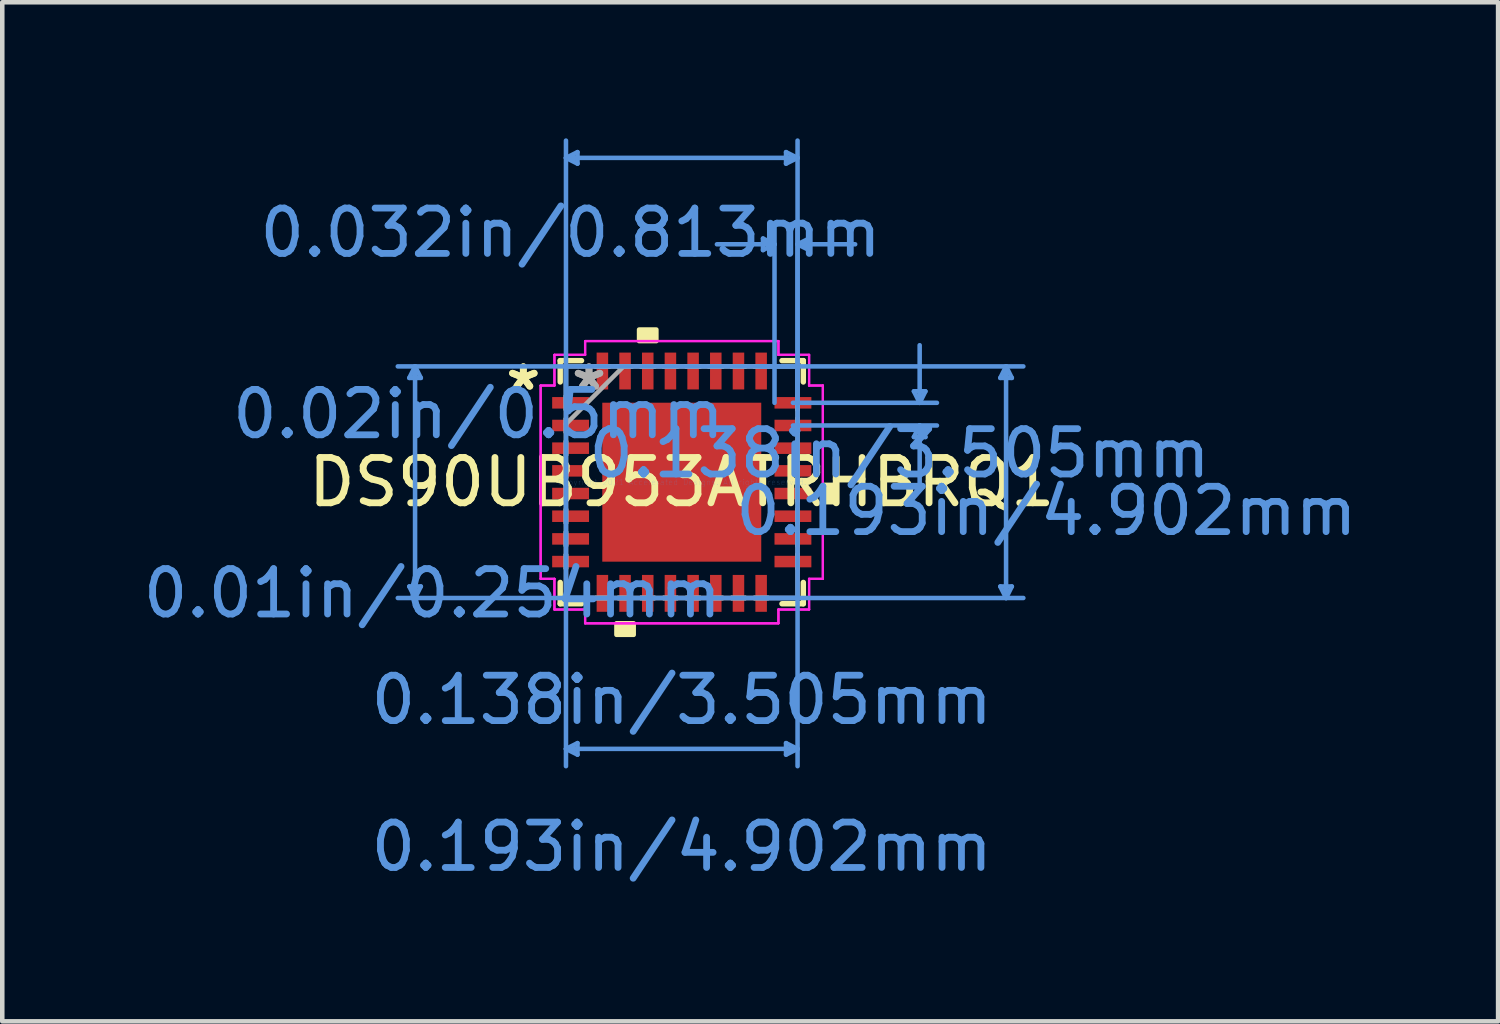
<source format=kicad_pcb>
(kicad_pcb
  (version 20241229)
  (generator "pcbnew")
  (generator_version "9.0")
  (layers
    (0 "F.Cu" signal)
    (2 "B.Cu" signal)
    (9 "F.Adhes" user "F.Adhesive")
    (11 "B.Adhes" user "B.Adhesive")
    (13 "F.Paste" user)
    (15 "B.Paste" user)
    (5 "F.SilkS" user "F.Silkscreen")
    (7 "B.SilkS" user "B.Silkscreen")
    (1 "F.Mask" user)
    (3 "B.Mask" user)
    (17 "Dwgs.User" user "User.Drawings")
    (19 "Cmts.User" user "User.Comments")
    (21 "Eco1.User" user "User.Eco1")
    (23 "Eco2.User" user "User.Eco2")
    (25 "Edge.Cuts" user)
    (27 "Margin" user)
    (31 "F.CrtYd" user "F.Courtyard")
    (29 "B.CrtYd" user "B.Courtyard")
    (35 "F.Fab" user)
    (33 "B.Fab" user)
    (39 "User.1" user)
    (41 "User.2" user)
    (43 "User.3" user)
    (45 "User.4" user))
  (footprint "DS90UB953ATRHBRQ1"
    (layer "F.Cu")
    (at 11.981 7.581)
    (property "Reference" "DS90UB953ATRHBRQ1" (at 0 0 0) (layer "F.SilkS") (effects (font (size 1 1) (thickness 0.15))))
    (attr through_hole)
    (fp_line (start -2.68 -2.68) (end -2.68 -2.21) (stroke (width 0.12) (type solid)) (layer "F.SilkS"))
    (fp_line (start -2.68 2.21) (end -2.68 2.68) (stroke (width 0.12) (type solid)) (layer "F.SilkS"))
    (fp_line (start -2.68 2.68) (end -2.21 2.68) (stroke (width 0.12) (type solid)) (layer "F.SilkS"))
    (fp_line (start -2.21 -2.68) (end -2.68 -2.68) (stroke (width 0.12) (type solid)) (layer "F.SilkS"))
    (fp_line (start 2.21 2.68) (end 2.68 2.68) (stroke (width 0.12) (type solid)) (layer "F.SilkS"))
    (fp_line (start 2.68 -2.68) (end 2.21 -2.68) (stroke (width 0.12) (type solid)) (layer "F.SilkS"))
    (fp_line (start 2.68 -2.21) (end 2.68 -2.68) (stroke (width 0.12) (type solid)) (layer "F.SilkS"))
    (fp_line (start 2.68 2.68) (end 2.68 2.21) (stroke (width 0.12) (type solid)) (layer "F.SilkS"))
    (fp_poly (pts (xy -1.44 3.111) (xy -1.44 3.365) (xy -1.06 3.365) (xy -1.06 3.111)) (stroke (width 0.1) (type solid)) (fill yes) (layer "F.SilkS"))
    (fp_poly (pts (xy -0.941 -3.111) (xy -0.941 -3.365) (xy -0.56 -3.365) (xy -0.56 -3.111)) (stroke (width 0.1) (type solid)) (fill yes) (layer "F.SilkS"))
    (fp_poly (pts (xy 3.365 0.059) (xy 3.365 0.441) (xy 3.111 0.441) (xy 3.111 0.059)) (stroke (width 0.1) (type solid)) (fill yes) (layer "F.SilkS"))
    (fp_poly (pts (xy -1.653 -1.653) (xy -1.653 -0.1) (xy -0.1 -0.1) (xy -0.1 -1.653)) (stroke (width 0.1) (type solid)) (fill yes) (layer "F.Paste"))
    (fp_poly (pts (xy -1.653 0.1) (xy -1.653 1.653) (xy -0.1 1.653) (xy -0.1 0.1)) (stroke (width 0.1) (type solid)) (fill yes) (layer "F.Paste"))
    (fp_poly (pts (xy 0.1 -1.653) (xy 0.1 -0.1) (xy 1.653 -0.1) (xy 1.653 -1.653)) (stroke (width 0.1) (type solid)) (fill yes) (layer "F.Paste"))
    (fp_poly (pts (xy 0.1 0.1) (xy 0.1 1.653) (xy 1.653 1.653) (xy 1.653 0.1)) (stroke (width 0.1) (type solid)) (fill yes) (layer "F.Paste"))
    (fp_line (start -6.007 -2.299) (end -5.753 -2.299) (stroke (width 0.1) (type solid)) (layer "Cmts.User"))
    (fp_line (start -6.007 2.299) (end -5.753 2.299) (stroke (width 0.1) (type solid)) (layer "Cmts.User"))
    (fp_line (start -5.88 -2.553) (end -6.007 -2.299) (stroke (width 0.1) (type solid)) (layer "Cmts.User"))
    (fp_line (start -5.88 -2.553) (end -5.88 2.553) (stroke (width 0.1) (type solid)) (layer "Cmts.User"))
    (fp_line (start -5.88 -2.553) (end -5.753 -2.299) (stroke (width 0.1) (type solid)) (layer "Cmts.User"))
    (fp_line (start -5.88 2.553) (end -6.007 2.299) (stroke (width 0.1) (type solid)) (layer "Cmts.User"))
    (fp_line (start -5.88 2.553) (end -5.753 2.299) (stroke (width 0.1) (type solid)) (layer "Cmts.User"))
    (fp_line (start -2.553 -7.15) (end -2.299 -7.277) (stroke (width 0.1) (type solid)) (layer "Cmts.User"))
    (fp_line (start -2.553 -7.15) (end -2.299 -7.023) (stroke (width 0.1) (type solid)) (layer "Cmts.User"))
    (fp_line (start -2.553 -7.15) (end 2.553 -7.15) (stroke (width 0.1) (type solid)) (layer "Cmts.User"))
    (fp_line (start -2.553 -2.553) (end -2.553 6.261) (stroke (width 0.1) (type solid)) (layer "Cmts.User"))
    (fp_line (start -2.553 -1.75) (end -2.553 -7.531) (stroke (width 0.1) (type solid)) (layer "Cmts.User"))
    (fp_line (start -2.553 5.88) (end -2.299 5.753) (stroke (width 0.1) (type solid)) (layer "Cmts.User"))
    (fp_line (start -2.553 5.88) (end -2.299 6.007) (stroke (width 0.1) (type solid)) (layer "Cmts.User"))
    (fp_line (start -2.553 5.88) (end 2.553 5.88) (stroke (width 0.1) (type solid)) (layer "Cmts.User"))
    (fp_line (start -2.299 -7.277) (end -2.299 -7.023) (stroke (width 0.1) (type solid)) (layer "Cmts.User"))
    (fp_line (start -2.299 5.753) (end -2.299 6.007) (stroke (width 0.1) (type solid)) (layer "Cmts.User"))
    (fp_line (start 1.75 -2.553) (end 7.531 -2.553) (stroke (width 0.1) (type solid)) (layer "Cmts.User"))
    (fp_line (start 1.75 2.553) (end 7.531 2.553) (stroke (width 0.1) (type solid)) (layer "Cmts.User"))
    (fp_line (start 1.791 -5.372) (end 1.791 -5.118) (stroke (width 0.1) (type solid)) (layer "Cmts.User"))
    (fp_line (start 2.045 -5.245) (end 0.775 -5.245) (stroke (width 0.1) (type solid)) (layer "Cmts.User"))
    (fp_line (start 2.045 -5.245) (end 1.791 -5.372) (stroke (width 0.1) (type solid)) (layer "Cmts.User"))
    (fp_line (start 2.045 -5.245) (end 1.791 -5.118) (stroke (width 0.1) (type solid)) (layer "Cmts.User"))
    (fp_line (start 2.045 -1.75) (end 2.045 -5.626) (stroke (width 0.1) (type solid)) (layer "Cmts.User"))
    (fp_line (start 2.299 -7.277) (end 2.299 -7.023) (stroke (width 0.1) (type solid)) (layer "Cmts.User"))
    (fp_line (start 2.299 5.753) (end 2.299 6.007) (stroke (width 0.1) (type solid)) (layer "Cmts.User"))
    (fp_line (start 2.451 -1.75) (end 5.626 -1.75) (stroke (width 0.1) (type solid)) (layer "Cmts.User"))
    (fp_line (start 2.451 -1.25) (end 5.626 -1.25) (stroke (width 0.1) (type solid)) (layer "Cmts.User"))
    (fp_line (start 2.553 -7.15) (end 2.299 -7.277) (stroke (width 0.1) (type solid)) (layer "Cmts.User"))
    (fp_line (start 2.553 -7.15) (end 2.299 -7.023) (stroke (width 0.1) (type solid)) (layer "Cmts.User"))
    (fp_line (start 2.553 -5.245) (end 2.807 -5.372) (stroke (width 0.1) (type solid)) (layer "Cmts.User"))
    (fp_line (start 2.553 -5.245) (end 2.807 -5.118) (stroke (width 0.1) (type solid)) (layer "Cmts.User"))
    (fp_line (start 2.553 -5.245) (end 3.823 -5.245) (stroke (width 0.1) (type solid)) (layer "Cmts.User"))
    (fp_line (start 2.553 -2.553) (end -6.261 -2.553) (stroke (width 0.1) (type solid)) (layer "Cmts.User"))
    (fp_line (start 2.553 -2.553) (end 2.553 6.261) (stroke (width 0.1) (type solid)) (layer "Cmts.User"))
    (fp_line (start 2.553 -1.75) (end 2.553 -7.531) (stroke (width 0.1) (type solid)) (layer "Cmts.User"))
    (fp_line (start 2.553 -1.75) (end 2.553 -5.626) (stroke (width 0.1) (type solid)) (layer "Cmts.User"))
    (fp_line (start 2.553 2.553) (end -6.261 2.553) (stroke (width 0.1) (type solid)) (layer "Cmts.User"))
    (fp_line (start 2.553 5.88) (end 2.299 5.753) (stroke (width 0.1) (type solid)) (layer "Cmts.User"))
    (fp_line (start 2.553 5.88) (end 2.299 6.007) (stroke (width 0.1) (type solid)) (layer "Cmts.User"))
    (fp_line (start 2.807 -5.372) (end 2.807 -5.118) (stroke (width 0.1) (type solid)) (layer "Cmts.User"))
    (fp_line (start 5.118 -2.004) (end 5.372 -2.004) (stroke (width 0.1) (type solid)) (layer "Cmts.User"))
    (fp_line (start 5.118 -0.996) (end 5.372 -0.996) (stroke (width 0.1) (type solid)) (layer "Cmts.User"))
    (fp_line (start 5.245 -1.75) (end 5.118 -2.004) (stroke (width 0.1) (type solid)) (layer "Cmts.User"))
    (fp_line (start 5.245 -1.75) (end 5.245 -3.02) (stroke (width 0.1) (type solid)) (layer "Cmts.User"))
    (fp_line (start 5.245 -1.75) (end 5.372 -2.004) (stroke (width 0.1) (type solid)) (layer "Cmts.User"))
    (fp_line (start 5.245 -1.25) (end 5.118 -0.996) (stroke (width 0.1) (type solid)) (layer "Cmts.User"))
    (fp_line (start 5.245 -1.25) (end 5.245 0.02) (stroke (width 0.1) (type solid)) (layer "Cmts.User"))
    (fp_line (start 5.245 -1.25) (end 5.372 -0.996) (stroke (width 0.1) (type solid)) (layer "Cmts.User"))
    (fp_line (start 7.023 -2.299) (end 7.277 -2.299) (stroke (width 0.1) (type solid)) (layer "Cmts.User"))
    (fp_line (start 7.023 2.299) (end 7.277 2.299) (stroke (width 0.1) (type solid)) (layer "Cmts.User"))
    (fp_line (start 7.15 -2.553) (end 7.023 -2.299) (stroke (width 0.1) (type solid)) (layer "Cmts.User"))
    (fp_line (start 7.15 -2.553) (end 7.15 2.553) (stroke (width 0.1) (type solid)) (layer "Cmts.User"))
    (fp_line (start 7.15 -2.553) (end 7.277 -2.299) (stroke (width 0.1) (type solid)) (layer "Cmts.User"))
    (fp_line (start 7.15 2.553) (end 7.023 2.299) (stroke (width 0.1) (type solid)) (layer "Cmts.User"))
    (fp_line (start 7.15 2.553) (end 7.277 2.299) (stroke (width 0.1) (type solid)) (layer "Cmts.User"))
    (fp_line (start -3.111 -2.131) (end -2.807 -2.131) (stroke (width 0.05) (type solid)) (layer "F.CrtYd"))
    (fp_line (start -3.111 -2.131) (end -2.807 -2.131) (stroke (width 0.05) (type solid)) (layer "F.CrtYd"))
    (fp_line (start -3.111 2.131) (end -3.111 -2.131) (stroke (width 0.05) (type solid)) (layer "F.CrtYd"))
    (fp_line (start -3.111 2.131) (end -3.111 -2.131) (stroke (width 0.05) (type solid)) (layer "F.CrtYd"))
    (fp_line (start -2.807 -2.807) (end -2.131 -2.807) (stroke (width 0.05) (type solid)) (layer "F.CrtYd"))
    (fp_line (start -2.807 -2.807) (end -2.131 -2.807) (stroke (width 0.05) (type solid)) (layer "F.CrtYd"))
    (fp_line (start -2.807 -2.131) (end -2.807 -2.807) (stroke (width 0.05) (type solid)) (layer "F.CrtYd"))
    (fp_line (start -2.807 -2.131) (end -2.807 -2.807) (stroke (width 0.05) (type solid)) (layer "F.CrtYd"))
    (fp_line (start -2.807 2.131) (end -3.111 2.131) (stroke (width 0.05) (type solid)) (layer "F.CrtYd"))
    (fp_line (start -2.807 2.131) (end -3.111 2.131) (stroke (width 0.05) (type solid)) (layer "F.CrtYd"))
    (fp_line (start -2.807 2.807) (end -2.807 2.131) (stroke (width 0.05) (type solid)) (layer "F.CrtYd"))
    (fp_line (start -2.807 2.807) (end -2.807 2.131) (stroke (width 0.05) (type solid)) (layer "F.CrtYd"))
    (fp_line (start -2.131 -3.111) (end 2.131 -3.111) (stroke (width 0.05) (type solid)) (layer "F.CrtYd"))
    (fp_line (start -2.131 -3.111) (end 2.131 -3.111) (stroke (width 0.05) (type solid)) (layer "F.CrtYd"))
    (fp_line (start -2.131 -2.807) (end -2.131 -3.111) (stroke (width 0.05) (type solid)) (layer "F.CrtYd"))
    (fp_line (start -2.131 -2.807) (end -2.131 -3.111) (stroke (width 0.05) (type solid)) (layer "F.CrtYd"))
    (fp_line (start -2.131 2.807) (end -2.807 2.807) (stroke (width 0.05) (type solid)) (layer "F.CrtYd"))
    (fp_line (start -2.131 2.807) (end -2.807 2.807) (stroke (width 0.05) (type solid)) (layer "F.CrtYd"))
    (fp_line (start -2.131 3.111) (end -2.131 2.807) (stroke (width 0.05) (type solid)) (layer "F.CrtYd"))
    (fp_line (start -2.131 3.111) (end -2.131 2.807) (stroke (width 0.05) (type solid)) (layer "F.CrtYd"))
    (fp_line (start 2.131 -3.111) (end 2.131 -2.807) (stroke (width 0.05) (type solid)) (layer "F.CrtYd"))
    (fp_line (start 2.131 -3.111) (end 2.131 -2.807) (stroke (width 0.05) (type solid)) (layer "F.CrtYd"))
    (fp_line (start 2.131 -2.807) (end 2.807 -2.807) (stroke (width 0.05) (type solid)) (layer "F.CrtYd"))
    (fp_line (start 2.131 -2.807) (end 2.807 -2.807) (stroke (width 0.05) (type solid)) (layer "F.CrtYd"))
    (fp_line (start 2.131 2.807) (end 2.131 3.111) (stroke (width 0.05) (type solid)) (layer "F.CrtYd"))
    (fp_line (start 2.131 2.807) (end 2.131 3.111) (stroke (width 0.05) (type solid)) (layer "F.CrtYd"))
    (fp_line (start 2.131 3.111) (end -2.131 3.111) (stroke (width 0.05) (type solid)) (layer "F.CrtYd"))
    (fp_line (start 2.131 3.111) (end -2.131 3.111) (stroke (width 0.05) (type solid)) (layer "F.CrtYd"))
    (fp_line (start 2.807 -2.807) (end 2.807 -2.131) (stroke (width 0.05) (type solid)) (layer "F.CrtYd"))
    (fp_line (start 2.807 -2.807) (end 2.807 -2.131) (stroke (width 0.05) (type solid)) (layer "F.CrtYd"))
    (fp_line (start 2.807 -2.131) (end 3.111 -2.131) (stroke (width 0.05) (type solid)) (layer "F.CrtYd"))
    (fp_line (start 2.807 -2.131) (end 3.111 -2.131) (stroke (width 0.05) (type solid)) (layer "F.CrtYd"))
    (fp_line (start 2.807 2.131) (end 2.807 2.807) (stroke (width 0.05) (type solid)) (layer "F.CrtYd"))
    (fp_line (start 2.807 2.131) (end 2.807 2.807) (stroke (width 0.05) (type solid)) (layer "F.CrtYd"))
    (fp_line (start 2.807 2.807) (end 2.131 2.807) (stroke (width 0.05) (type solid)) (layer "F.CrtYd"))
    (fp_line (start 2.807 2.807) (end 2.131 2.807) (stroke (width 0.05) (type solid)) (layer "F.CrtYd"))
    (fp_line (start 3.111 -2.131) (end 3.111 2.131) (stroke (width 0.05) (type solid)) (layer "F.CrtYd"))
    (fp_line (start 3.111 -2.131) (end 3.111 2.131) (stroke (width 0.05) (type solid)) (layer "F.CrtYd"))
    (fp_line (start 3.111 2.131) (end 2.807 2.131) (stroke (width 0.05) (type solid)) (layer "F.CrtYd"))
    (fp_line (start 3.111 2.131) (end 2.807 2.131) (stroke (width 0.05) (type solid)) (layer "F.CrtYd"))
    (fp_line (start -2.553 -2.553) (end -2.553 -2.553) (stroke (width 0.1) (type solid)) (layer "F.Fab"))
    (fp_line (start -2.553 -2.553) (end -2.553 2.553) (stroke (width 0.1) (type solid)) (layer "F.Fab"))
    (fp_line (start -2.553 -1.902) (end -2.553 -1.902) (stroke (width 0.1) (type solid)) (layer "F.Fab"))
    (fp_line (start -2.553 -1.902) (end -2.553 -1.598) (stroke (width 0.1) (type solid)) (layer "F.Fab"))
    (fp_line (start -2.553 -1.598) (end -2.553 -1.902) (stroke (width 0.1) (type solid)) (layer "F.Fab"))
    (fp_line (start -2.553 -1.598) (end -2.553 -1.598) (stroke (width 0.1) (type solid)) (layer "F.Fab"))
    (fp_line (start -2.553 -1.402) (end -2.553 -1.402) (stroke (width 0.1) (type solid)) (layer "F.Fab"))
    (fp_line (start -2.553 -1.402) (end -2.553 -1.098) (stroke (width 0.1) (type solid)) (layer "F.Fab"))
    (fp_line (start -2.553 -1.283) (end -1.283 -2.553) (stroke (width 0.1) (type solid)) (layer "F.Fab"))
    (fp_line (start -2.553 -1.098) (end -2.553 -1.402) (stroke (width 0.1) (type solid)) (layer "F.Fab"))
    (fp_line (start -2.553 -1.098) (end -2.553 -1.098) (stroke (width 0.1) (type solid)) (layer "F.Fab"))
    (fp_line (start -2.553 -0.902) (end -2.553 -0.902) (stroke (width 0.1) (type solid)) (layer "F.Fab"))
    (fp_line (start -2.553 -0.902) (end -2.553 -0.598) (stroke (width 0.1) (type solid)) (layer "F.Fab"))
    (fp_line (start -2.553 -0.598) (end -2.553 -0.902) (stroke (width 0.1) (type solid)) (layer "F.Fab"))
    (fp_line (start -2.553 -0.598) (end -2.553 -0.598) (stroke (width 0.1) (type solid)) (layer "F.Fab"))
    (fp_line (start -2.553 -0.402) (end -2.553 -0.402) (stroke (width 0.1) (type solid)) (layer "F.Fab"))
    (fp_line (start -2.553 -0.402) (end -2.553 -0.098) (stroke (width 0.1) (type solid)) (layer "F.Fab"))
    (fp_line (start -2.553 -0.098) (end -2.553 -0.402) (stroke (width 0.1) (type solid)) (layer "F.Fab"))
    (fp_line (start -2.553 -0.098) (end -2.553 -0.098) (stroke (width 0.1) (type solid)) (layer "F.Fab"))
    (fp_line (start -2.553 0.098) (end -2.553 0.098) (stroke (width 0.1) (type solid)) (layer "F.Fab"))
    (fp_line (start -2.553 0.098) (end -2.553 0.402) (stroke (width 0.1) (type solid)) (layer "F.Fab"))
    (fp_line (start -2.553 0.402) (end -2.553 0.098) (stroke (width 0.1) (type solid)) (layer "F.Fab"))
    (fp_line (start -2.553 0.402) (end -2.553 0.402) (stroke (width 0.1) (type solid)) (layer "F.Fab"))
    (fp_line (start -2.553 0.598) (end -2.553 0.598) (stroke (width 0.1) (type solid)) (layer "F.Fab"))
    (fp_line (start -2.553 0.598) (end -2.553 0.902) (stroke (width 0.1) (type solid)) (layer "F.Fab"))
    (fp_line (start -2.553 0.902) (end -2.553 0.598) (stroke (width 0.1) (type solid)) (layer "F.Fab"))
    (fp_line (start -2.553 0.902) (end -2.553 0.902) (stroke (width 0.1) (type solid)) (layer "F.Fab"))
    (fp_line (start -2.553 1.098) (end -2.553 1.098) (stroke (width 0.1) (type solid)) (layer "F.Fab"))
    (fp_line (start -2.553 1.098) (end -2.553 1.402) (stroke (width 0.1) (type solid)) (layer "F.Fab"))
    (fp_line (start -2.553 1.402) (end -2.553 1.098) (stroke (width 0.1) (type solid)) (layer "F.Fab"))
    (fp_line (start -2.553 1.402) (end -2.553 1.402) (stroke (width 0.1) (type solid)) (layer "F.Fab"))
    (fp_line (start -2.553 1.598) (end -2.553 1.598) (stroke (width 0.1) (type solid)) (layer "F.Fab"))
    (fp_line (start -2.553 1.598) (end -2.553 1.902) (stroke (width 0.1) (type solid)) (layer "F.Fab"))
    (fp_line (start -2.553 1.902) (end -2.553 1.598) (stroke (width 0.1) (type solid)) (layer "F.Fab"))
    (fp_line (start -2.553 1.902) (end -2.553 1.902) (stroke (width 0.1) (type solid)) (layer "F.Fab"))
    (fp_line (start -2.553 2.553) (end -2.553 2.553) (stroke (width 0.1) (type solid)) (layer "F.Fab"))
    (fp_line (start -2.553 2.553) (end 2.553 2.553) (stroke (width 0.1) (type solid)) (layer "F.Fab"))
    (fp_line (start -1.902 -2.553) (end -1.902 -2.553) (stroke (width 0.1) (type solid)) (layer "F.Fab"))
    (fp_line (start -1.902 -2.553) (end -1.598 -2.553) (stroke (width 0.1) (type solid)) (layer "F.Fab"))
    (fp_line (start -1.902 2.553) (end -1.902 2.553) (stroke (width 0.1) (type solid)) (layer "F.Fab"))
    (fp_line (start -1.902 2.553) (end -1.598 2.553) (stroke (width 0.1) (type solid)) (layer "F.Fab"))
    (fp_line (start -1.598 -2.553) (end -1.902 -2.553) (stroke (width 0.1) (type solid)) (layer "F.Fab"))
    (fp_line (start -1.598 -2.553) (end -1.598 -2.553) (stroke (width 0.1) (type solid)) (layer "F.Fab"))
    (fp_line (start -1.598 2.553) (end -1.902 2.553) (stroke (width 0.1) (type solid)) (layer "F.Fab"))
    (fp_line (start -1.598 2.553) (end -1.598 2.553) (stroke (width 0.1) (type solid)) (layer "F.Fab"))
    (fp_line (start -1.402 -2.553) (end -1.402 -2.553) (stroke (width 0.1) (type solid)) (layer "F.Fab"))
    (fp_line (start -1.402 -2.553) (end -1.098 -2.553) (stroke (width 0.1) (type solid)) (layer "F.Fab"))
    (fp_line (start -1.402 2.553) (end -1.402 2.553) (stroke (width 0.1) (type solid)) (layer "F.Fab"))
    (fp_line (start -1.402 2.553) (end -1.098 2.553) (stroke (width 0.1) (type solid)) (layer "F.Fab"))
    (fp_line (start -1.098 -2.553) (end -1.402 -2.553) (stroke (width 0.1) (type solid)) (layer "F.Fab"))
    (fp_line (start -1.098 -2.553) (end -1.098 -2.553) (stroke (width 0.1) (type solid)) (layer "F.Fab"))
    (fp_line (start -1.098 2.553) (end -1.402 2.553) (stroke (width 0.1) (type solid)) (layer "F.Fab"))
    (fp_line (start -1.098 2.553) (end -1.098 2.553) (stroke (width 0.1) (type solid)) (layer "F.Fab"))
    (fp_line (start -0.902 -2.553) (end -0.902 -2.553) (stroke (width 0.1) (type solid)) (layer "F.Fab"))
    (fp_line (start -0.902 -2.553) (end -0.598 -2.553) (stroke (width 0.1) (type solid)) (layer "F.Fab"))
    (fp_line (start -0.902 2.553) (end -0.902 2.553) (stroke (width 0.1) (type solid)) (layer "F.Fab"))
    (fp_line (start -0.902 2.553) (end -0.598 2.553) (stroke (width 0.1) (type solid)) (layer "F.Fab"))
    (fp_line (start -0.598 -2.553) (end -0.902 -2.553) (stroke (width 0.1) (type solid)) (layer "F.Fab"))
    (fp_line (start -0.598 -2.553) (end -0.598 -2.553) (stroke (width 0.1) (type solid)) (layer "F.Fab"))
    (fp_line (start -0.598 2.553) (end -0.902 2.553) (stroke (width 0.1) (type solid)) (layer "F.Fab"))
    (fp_line (start -0.598 2.553) (end -0.598 2.553) (stroke (width 0.1) (type solid)) (layer "F.Fab"))
    (fp_line (start -0.402 -2.553) (end -0.402 -2.553) (stroke (width 0.1) (type solid)) (layer "F.Fab"))
    (fp_line (start -0.402 -2.553) (end -0.098 -2.553) (stroke (width 0.1) (type solid)) (layer "F.Fab"))
    (fp_line (start -0.402 2.553) (end -0.402 2.553) (stroke (width 0.1) (type solid)) (layer "F.Fab"))
    (fp_line (start -0.402 2.553) (end -0.098 2.553) (stroke (width 0.1) (type solid)) (layer "F.Fab"))
    (fp_line (start -0.098 -2.553) (end -0.402 -2.553) (stroke (width 0.1) (type solid)) (layer "F.Fab"))
    (fp_line (start -0.098 -2.553) (end -0.098 -2.553) (stroke (width 0.1) (type solid)) (layer "F.Fab"))
    (fp_line (start -0.098 2.553) (end -0.402 2.553) (stroke (width 0.1) (type solid)) (layer "F.Fab"))
    (fp_line (start -0.098 2.553) (end -0.098 2.553) (stroke (width 0.1) (type solid)) (layer "F.Fab"))
    (fp_line (start 0.098 -2.553) (end 0.098 -2.553) (stroke (width 0.1) (type solid)) (layer "F.Fab"))
    (fp_line (start 0.098 -2.553) (end 0.402 -2.553) (stroke (width 0.1) (type solid)) (layer "F.Fab"))
    (fp_line (start 0.098 2.553) (end 0.098 2.553) (stroke (width 0.1) (type solid)) (layer "F.Fab"))
    (fp_line (start 0.098 2.553) (end 0.402 2.553) (stroke (width 0.1) (type solid)) (layer "F.Fab"))
    (fp_line (start 0.402 -2.553) (end 0.098 -2.553) (stroke (width 0.1) (type solid)) (layer "F.Fab"))
    (fp_line (start 0.402 -2.553) (end 0.402 -2.553) (stroke (width 0.1) (type solid)) (layer "F.Fab"))
    (fp_line (start 0.402 2.553) (end 0.098 2.553) (stroke (width 0.1) (type solid)) (layer "F.Fab"))
    (fp_line (start 0.402 2.553) (end 0.402 2.553) (stroke (width 0.1) (type solid)) (layer "F.Fab"))
    (fp_line (start 0.598 -2.553) (end 0.598 -2.553) (stroke (width 0.1) (type solid)) (layer "F.Fab"))
    (fp_line (start 0.598 -2.553) (end 0.902 -2.553) (stroke (width 0.1) (type solid)) (layer "F.Fab"))
    (fp_line (start 0.598 2.553) (end 0.598 2.553) (stroke (width 0.1) (type solid)) (layer "F.Fab"))
    (fp_line (start 0.598 2.553) (end 0.902 2.553) (stroke (width 0.1) (type solid)) (layer "F.Fab"))
    (fp_line (start 0.902 -2.553) (end 0.598 -2.553) (stroke (width 0.1) (type solid)) (layer "F.Fab"))
    (fp_line (start 0.902 -2.553) (end 0.902 -2.553) (stroke (width 0.1) (type solid)) (layer "F.Fab"))
    (fp_line (start 0.902 2.553) (end 0.598 2.553) (stroke (width 0.1) (type solid)) (layer "F.Fab"))
    (fp_line (start 0.902 2.553) (end 0.902 2.553) (stroke (width 0.1) (type solid)) (layer "F.Fab"))
    (fp_line (start 1.098 -2.553) (end 1.098 -2.553) (stroke (width 0.1) (type solid)) (layer "F.Fab"))
    (fp_line (start 1.098 -2.553) (end 1.402 -2.553) (stroke (width 0.1) (type solid)) (layer "F.Fab"))
    (fp_line (start 1.098 2.553) (end 1.098 2.553) (stroke (width 0.1) (type solid)) (layer "F.Fab"))
    (fp_line (start 1.098 2.553) (end 1.402 2.553) (stroke (width 0.1) (type solid)) (layer "F.Fab"))
    (fp_line (start 1.402 -2.553) (end 1.098 -2.553) (stroke (width 0.1) (type solid)) (layer "F.Fab"))
    (fp_line (start 1.402 -2.553) (end 1.402 -2.553) (stroke (width 0.1) (type solid)) (layer "F.Fab"))
    (fp_line (start 1.402 2.553) (end 1.098 2.553) (stroke (width 0.1) (type solid)) (layer "F.Fab"))
    (fp_line (start 1.402 2.553) (end 1.402 2.553) (stroke (width 0.1) (type solid)) (layer "F.Fab"))
    (fp_line (start 1.598 -2.553) (end 1.598 -2.553) (stroke (width 0.1) (type solid)) (layer "F.Fab"))
    (fp_line (start 1.598 -2.553) (end 1.902 -2.553) (stroke (width 0.1) (type solid)) (layer "F.Fab"))
    (fp_line (start 1.598 2.553) (end 1.598 2.553) (stroke (width 0.1) (type solid)) (layer "F.Fab"))
    (fp_line (start 1.598 2.553) (end 1.902 2.553) (stroke (width 0.1) (type solid)) (layer "F.Fab"))
    (fp_line (start 1.902 -2.553) (end 1.598 -2.553) (stroke (width 0.1) (type solid)) (layer "F.Fab"))
    (fp_line (start 1.902 -2.553) (end 1.902 -2.553) (stroke (width 0.1) (type solid)) (layer "F.Fab"))
    (fp_line (start 1.902 2.553) (end 1.598 2.553) (stroke (width 0.1) (type solid)) (layer "F.Fab"))
    (fp_line (start 1.902 2.553) (end 1.902 2.553) (stroke (width 0.1) (type solid)) (layer "F.Fab"))
    (fp_line (start 2.553 -2.553) (end -2.553 -2.553) (stroke (width 0.1) (type solid)) (layer "F.Fab"))
    (fp_line (start 2.553 -2.553) (end 2.553 -2.553) (stroke (width 0.1) (type solid)) (layer "F.Fab"))
    (fp_line (start 2.553 -1.902) (end 2.553 -1.902) (stroke (width 0.1) (type solid)) (layer "F.Fab"))
    (fp_line (start 2.553 -1.902) (end 2.553 -1.598) (stroke (width 0.1) (type solid)) (layer "F.Fab"))
    (fp_line (start 2.553 -1.598) (end 2.553 -1.902) (stroke (width 0.1) (type solid)) (layer "F.Fab"))
    (fp_line (start 2.553 -1.598) (end 2.553 -1.598) (stroke (width 0.1) (type solid)) (layer "F.Fab"))
    (fp_line (start 2.553 -1.402) (end 2.553 -1.402) (stroke (width 0.1) (type solid)) (layer "F.Fab"))
    (fp_line (start 2.553 -1.402) (end 2.553 -1.098) (stroke (width 0.1) (type solid)) (layer "F.Fab"))
    (fp_line (start 2.553 -1.098) (end 2.553 -1.402) (stroke (width 0.1) (type solid)) (layer "F.Fab"))
    (fp_line (start 2.553 -1.098) (end 2.553 -1.098) (stroke (width 0.1) (type solid)) (layer "F.Fab"))
    (fp_line (start 2.553 -0.902) (end 2.553 -0.902) (stroke (width 0.1) (type solid)) (layer "F.Fab"))
    (fp_line (start 2.553 -0.902) (end 2.553 -0.598) (stroke (width 0.1) (type solid)) (layer "F.Fab"))
    (fp_line (start 2.553 -0.598) (end 2.553 -0.902) (stroke (width 0.1) (type solid)) (layer "F.Fab"))
    (fp_line (start 2.553 -0.598) (end 2.553 -0.598) (stroke (width 0.1) (type solid)) (layer "F.Fab"))
    (fp_line (start 2.553 -0.402) (end 2.553 -0.402) (stroke (width 0.1) (type solid)) (layer "F.Fab"))
    (fp_line (start 2.553 -0.402) (end 2.553 -0.098) (stroke (width 0.1) (type solid)) (layer "F.Fab"))
    (fp_line (start 2.553 -0.098) (end 2.553 -0.402) (stroke (width 0.1) (type solid)) (layer "F.Fab"))
    (fp_line (start 2.553 -0.098) (end 2.553 -0.098) (stroke (width 0.1) (type solid)) (layer "F.Fab"))
    (fp_line (start 2.553 0.098) (end 2.553 0.098) (stroke (width 0.1) (type solid)) (layer "F.Fab"))
    (fp_line (start 2.553 0.098) (end 2.553 0.402) (stroke (width 0.1) (type solid)) (layer "F.Fab"))
    (fp_line (start 2.553 0.402) (end 2.553 0.098) (stroke (width 0.1) (type solid)) (layer "F.Fab"))
    (fp_line (start 2.553 0.402) (end 2.553 0.402) (stroke (width 0.1) (type solid)) (layer "F.Fab"))
    (fp_line (start 2.553 0.598) (end 2.553 0.598) (stroke (width 0.1) (type solid)) (layer "F.Fab"))
    (fp_line (start 2.553 0.598) (end 2.553 0.902) (stroke (width 0.1) (type solid)) (layer "F.Fab"))
    (fp_line (start 2.553 0.902) (end 2.553 0.598) (stroke (width 0.1) (type solid)) (layer "F.Fab"))
    (fp_line (start 2.553 0.902) (end 2.553 0.902) (stroke (width 0.1) (type solid)) (layer "F.Fab"))
    (fp_line (start 2.553 1.098) (end 2.553 1.098) (stroke (width 0.1) (type solid)) (layer "F.Fab"))
    (fp_line (start 2.553 1.098) (end 2.553 1.402) (stroke (width 0.1) (type solid)) (layer "F.Fab"))
    (fp_line (start 2.553 1.402) (end 2.553 1.098) (stroke (width 0.1) (type solid)) (layer "F.Fab"))
    (fp_line (start 2.553 1.402) (end 2.553 1.402) (stroke (width 0.1) (type solid)) (layer "F.Fab"))
    (fp_line (start 2.553 1.598) (end 2.553 1.598) (stroke (width 0.1) (type solid)) (layer "F.Fab"))
    (fp_line (start 2.553 1.598) (end 2.553 1.902) (stroke (width 0.1) (type solid)) (layer "F.Fab"))
    (fp_line (start 2.553 1.902) (end 2.553 1.598) (stroke (width 0.1) (type solid)) (layer "F.Fab"))
    (fp_line (start 2.553 1.902) (end 2.553 1.902) (stroke (width 0.1) (type solid)) (layer "F.Fab"))
    (fp_line (start 2.553 2.553) (end 2.553 -2.553) (stroke (width 0.1) (type solid)) (layer "F.Fab"))
    (fp_line (start 2.553 2.553) (end 2.553 2.553) (stroke (width 0.1) (type solid)) (layer "F.Fab"))
    (fp_text user "*" (at -3.493 -2 0) (layer "F.SilkS") (effects (font (size 1 1) (thickness 0.15))))
    (fp_text user "*" (at -3.493 -2 0) (layer "F.SilkS") (effects (font (size 1 1) (thickness 0.15))))
    (fp_text user "0.02in/0.5mm" (at -4.483 -1.5 0) (layer "Cmts.User") (effects (font (size 1 1) (thickness 0.15))))
    (fp_text user "0.193in/4.902mm" (at 8.039 0.635 0) (layer "Cmts.User") (effects (font (size 1 1) (thickness 0.15))))
    (fp_text user "0.138in/3.505mm" (at 0 4.801 0) (layer "Cmts.User") (effects (font (size 1 1) (thickness 0.15))))
    (fp_text user "0.032in/0.813mm" (at -2.451 -5.499 0) (layer "Cmts.User") (effects (font (size 1 1) (thickness 0.15))))
    (fp_text user "Copyright 2021 Accelerated Designs. All rights reserved." (at 0 0 0) (layer "Cmts.User") (effects (font (size 0.127 0.127) (thickness 0.002))))
    (fp_text user "0.138in/3.505mm" (at 4.801 -0.635 0) (layer "Cmts.User") (effects (font (size 1 1) (thickness 0.15))))
    (fp_text user "0.193in/4.902mm" (at 0 8.039 0) (layer "Cmts.User") (effects (font (size 1 1) (thickness 0.15))))
    (fp_text user "0.01in/0.254mm" (at -5.499 2.451 0) (layer "Cmts.User") (effects (font (size 1 1) (thickness 0.15))))
    (fp_text user "*" (at -2.045 -2 0) (layer "F.Fab") (effects (font (size 1 1) (thickness 0.15))))
    (fp_text user "*" (at -2.045 -2 0) (layer "F.Fab") (effects (font (size 1 1) (thickness 0.15))))
    (pad "1" smd rect (at -2.451 -1.75 90) (size 0.254 0.813) (layers "F.Cu" "F.Mask" "F.Paste"))
    (pad "2" smd rect (at -2.451 -1.25 90) (size 0.254 0.813) (layers "F.Cu" "F.Mask" "F.Paste"))
    (pad "3" smd rect (at -2.451 -0.75 90) (size 0.254 0.813) (layers "F.Cu" "F.Mask" "F.Paste"))
    (pad "4" smd rect (at -2.451 -0.25 90) (size 0.254 0.813) (layers "F.Cu" "F.Mask" "F.Paste"))
    (pad "5" smd rect (at -2.451 0.25 90) (size 0.254 0.813) (layers "F.Cu" "F.Mask" "F.Paste"))
    (pad "6" smd rect (at -2.451 0.75 90) (size 0.254 0.813) (layers "F.Cu" "F.Mask" "F.Paste"))
    (pad "7" smd rect (at -2.451 1.25 90) (size 0.254 0.813) (layers "F.Cu" "F.Mask" "F.Paste"))
    (pad "8" smd rect (at -2.451 1.75 90) (size 0.254 0.813) (layers "F.Cu" "F.Mask" "F.Paste"))
    (pad "9" smd rect (at -1.75 2.451) (size 0.254 0.813) (layers "F.Cu" "F.Mask" "F.Paste"))
    (pad "10" smd rect (at -1.25 2.451) (size 0.254 0.813) (layers "F.Cu" "F.Mask" "F.Paste"))
    (pad "11" smd rect (at -0.75 2.451) (size 0.254 0.813) (layers "F.Cu" "F.Mask" "F.Paste"))
    (pad "12" smd rect (at -0.25 2.451) (size 0.254 0.813) (layers "F.Cu" "F.Mask" "F.Paste"))
    (pad "13" smd rect (at 0.25 2.451) (size 0.254 0.813) (layers "F.Cu" "F.Mask" "F.Paste"))
    (pad "14" smd rect (at 0.75 2.451) (size 0.254 0.813) (layers "F.Cu" "F.Mask" "F.Paste"))
    (pad "15" smd rect (at 1.25 2.451) (size 0.254 0.813) (layers "F.Cu" "F.Mask" "F.Paste"))
    (pad "16" smd rect (at 1.75 2.451) (size 0.254 0.813) (layers "F.Cu" "F.Mask" "F.Paste"))
    (pad "17" smd rect (at 2.451 1.75 90) (size 0.254 0.813) (layers "F.Cu" "F.Mask" "F.Paste"))
    (pad "18" smd rect (at 2.451 1.25 90) (size 0.254 0.813) (layers "F.Cu" "F.Mask" "F.Paste"))
    (pad "19" smd rect (at 2.451 0.75 90) (size 0.254 0.813) (layers "F.Cu" "F.Mask" "F.Paste"))
    (pad "20" smd rect (at 2.451 0.25 90) (size 0.254 0.813) (layers "F.Cu" "F.Mask" "F.Paste"))
    (pad "21" smd rect (at 2.451 -0.25 90) (size 0.254 0.813) (layers "F.Cu" "F.Mask" "F.Paste"))
    (pad "22" smd rect (at 2.451 -0.75 90) (size 0.254 0.813) (layers "F.Cu" "F.Mask" "F.Paste"))
    (pad "23" smd rect (at 2.451 -1.25 90) (size 0.254 0.813) (layers "F.Cu" "F.Mask" "F.Paste"))
    (pad "24" smd rect (at 2.451 -1.75 90) (size 0.254 0.813) (layers "F.Cu" "F.Mask" "F.Paste"))
    (pad "25" smd rect (at 1.75 -2.451) (size 0.254 0.813) (layers "F.Cu" "F.Mask" "F.Paste"))
    (pad "26" smd rect (at 1.25 -2.451) (size 0.254 0.813) (layers "F.Cu" "F.Mask" "F.Paste"))
    (pad "27" smd rect (at 0.75 -2.451) (size 0.254 0.813) (layers "F.Cu" "F.Mask" "F.Paste"))
    (pad "28" smd rect (at 0.25 -2.451) (size 0.254 0.813) (layers "F.Cu" "F.Mask" "F.Paste"))
    (pad "29" smd rect (at -0.25 -2.451) (size 0.254 0.813) (layers "F.Cu" "F.Mask" "F.Paste"))
    (pad "30" smd rect (at -0.75 -2.451) (size 0.254 0.813) (layers "F.Cu" "F.Mask" "F.Paste"))
    (pad "31" smd rect (at -1.25 -2.451) (size 0.254 0.813) (layers "F.Cu" "F.Mask" "F.Paste"))
    (pad "32" smd rect (at -1.75 -2.451) (size 0.254 0.813) (layers "F.Cu" "F.Mask" "F.Paste"))
    (pad "33" smd rect (at 0 0) (size 3.505 3.505) (layers "F.Cu" "F.Mask")))
  (gr_rect
    (start -3 -3)
    (end 29.979 19.468)
    (stroke (width 0.1) (type default))
    (fill no)
    (layer "Edge.Cuts")))
</source>
